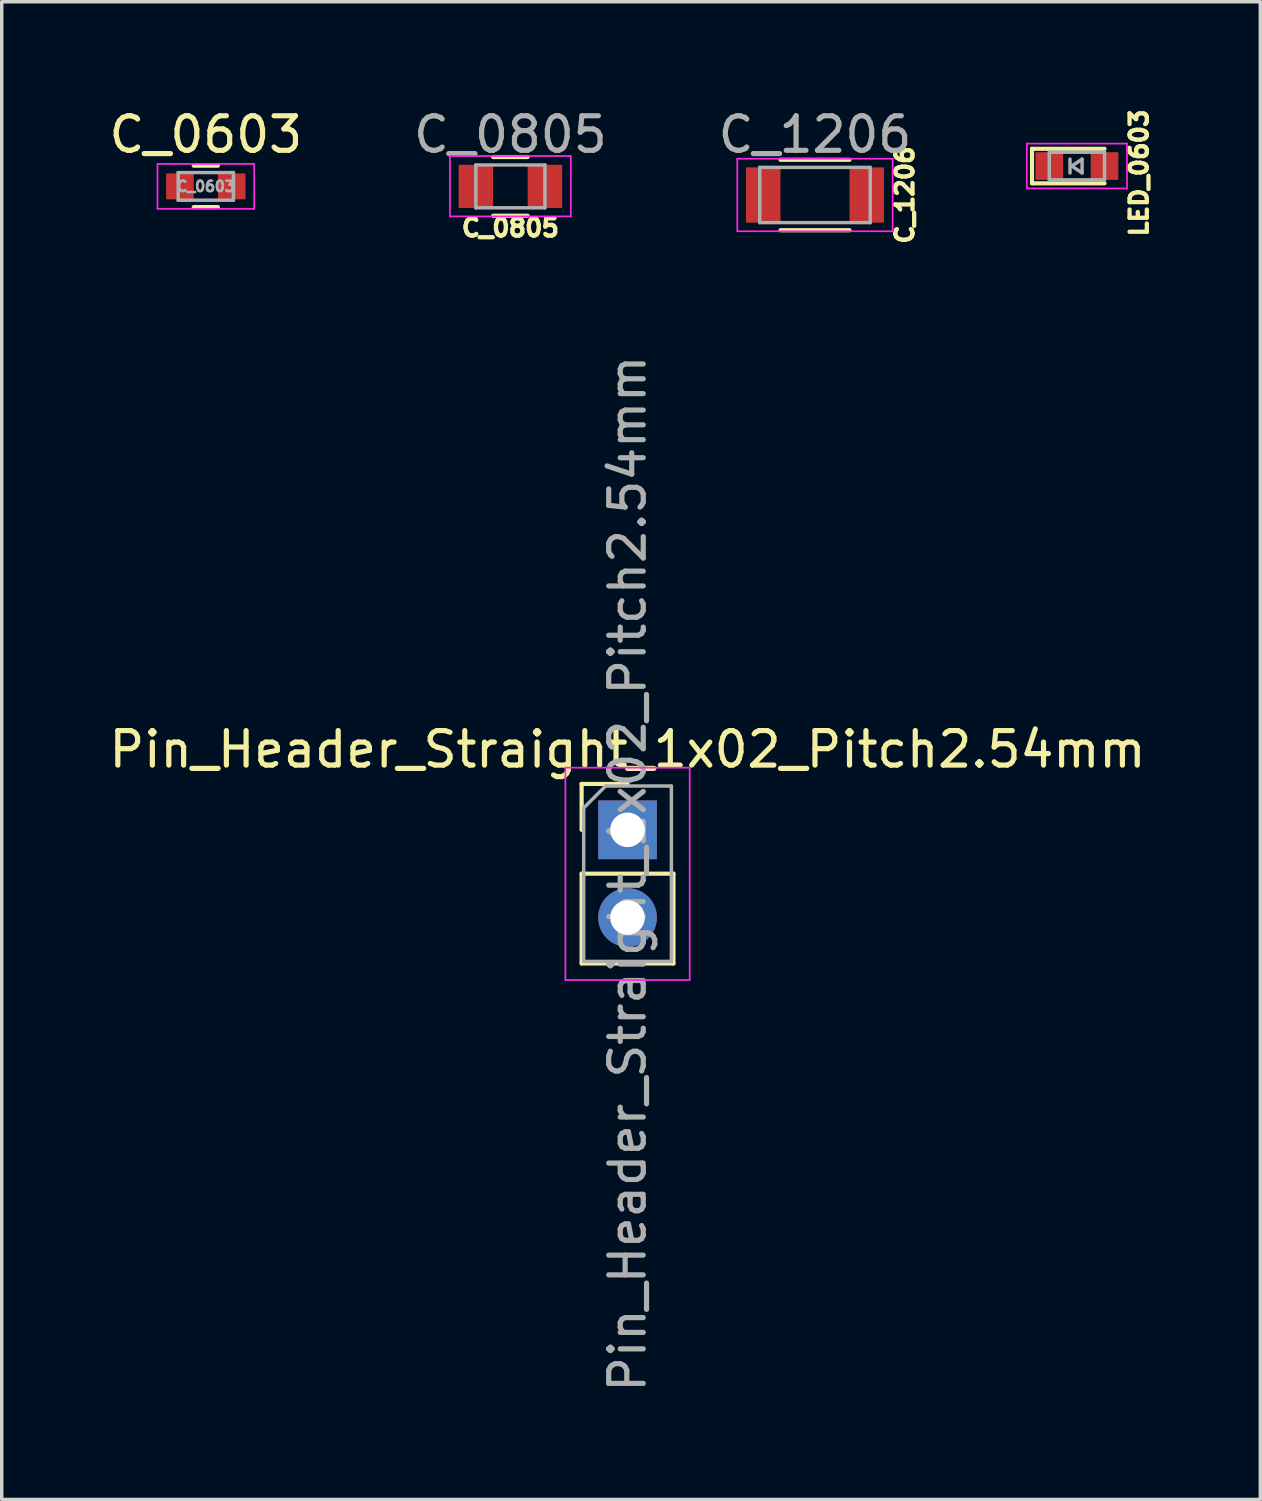
<source format=kicad_pcb>
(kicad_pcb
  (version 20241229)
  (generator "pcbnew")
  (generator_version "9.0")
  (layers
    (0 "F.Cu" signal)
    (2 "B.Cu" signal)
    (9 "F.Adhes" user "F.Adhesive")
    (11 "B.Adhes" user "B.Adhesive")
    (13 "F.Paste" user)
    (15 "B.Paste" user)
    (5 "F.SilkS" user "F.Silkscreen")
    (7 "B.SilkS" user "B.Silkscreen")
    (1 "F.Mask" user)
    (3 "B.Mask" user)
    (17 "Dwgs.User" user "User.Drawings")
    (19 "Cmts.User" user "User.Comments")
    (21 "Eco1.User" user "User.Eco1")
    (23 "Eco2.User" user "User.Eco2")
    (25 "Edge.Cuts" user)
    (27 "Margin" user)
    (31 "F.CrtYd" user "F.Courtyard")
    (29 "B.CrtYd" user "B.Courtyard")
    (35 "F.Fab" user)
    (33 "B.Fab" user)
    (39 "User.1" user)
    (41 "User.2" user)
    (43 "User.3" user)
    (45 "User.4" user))
  (footprint "C_0805"
    (layer "F.Cu")
    (at 11.732 2.348)
    (property "Reference" "C_0805" (at 0 1.2 180) (layer "F.SilkS") (effects (font (size 0.5 0.5) (thickness 0.125))))
    (attr smd)
    (fp_line (start -0.5 0.85) (end 0.5 0.85) (stroke (width 0.12) (type solid)) (layer "F.SilkS"))
    (fp_line (start 0.5 -0.85) (end -0.5 -0.85) (stroke (width 0.12) (type solid)) (layer "F.SilkS"))
    (fp_line (start -1.75 -0.88) (end -1.75 0.87) (stroke (width 0.05) (type solid)) (layer "F.CrtYd"))
    (fp_line (start -1.75 -0.88) (end 1.75 -0.88) (stroke (width 0.05) (type solid)) (layer "F.CrtYd"))
    (fp_line (start 1.75 0.87) (end -1.75 0.87) (stroke (width 0.05) (type solid)) (layer "F.CrtYd"))
    (fp_line (start 1.75 0.87) (end 1.75 -0.88) (stroke (width 0.05) (type solid)) (layer "F.CrtYd"))
    (fp_line (start -1 -0.62) (end 1 -0.62) (stroke (width 0.1) (type solid)) (layer "F.Fab"))
    (fp_line (start -1 0.62) (end -1 -0.62) (stroke (width 0.1) (type solid)) (layer "F.Fab"))
    (fp_line (start 1 -0.62) (end 1 0.62) (stroke (width 0.1) (type solid)) (layer "F.Fab"))
    (fp_line (start 1 0.62) (end -1 0.62) (stroke (width 0.1) (type solid)) (layer "F.Fab"))
    (fp_text user "${REFERENCE}" (at 0 -1.5 0) (layer "F.Fab") (effects (font (size 1 1) (thickness 0.15))))
    (pad "1" smd rect (at -1 0) (size 1 1.25) (layers "F.Cu" "F.Mask" "F.Paste"))
    (pad "2" smd rect (at 1 0) (size 1 1.25) (layers "F.Cu" "F.Mask" "F.Paste")))
  (footprint "Pin_Header_Straight_1x02_Pitch2.54mm"
    (layer "F.Cu")
    (at 15.125 20.984)
    (property "Reference" "Pin_Header_Straight_1x02_Pitch2.54mm" (at 0 -2.33 180) (layer "F.SilkS") (effects (font (size 1 1) (thickness 0.15))))
    (attr through_hole)
    (fp_line (start -1.33 -1.33) (end 0 -1.33) (stroke (width 0.12) (type solid)) (layer "F.SilkS"))
    (fp_line (start -1.33 0) (end -1.33 -1.33) (stroke (width 0.12) (type solid)) (layer "F.SilkS"))
    (fp_line (start -1.33 1.27) (end -1.33 3.87) (stroke (width 0.12) (type solid)) (layer "F.SilkS"))
    (fp_line (start -1.33 1.27) (end 1.33 1.27) (stroke (width 0.12) (type solid)) (layer "F.SilkS"))
    (fp_line (start -1.33 3.87) (end 1.33 3.87) (stroke (width 0.12) (type solid)) (layer "F.SilkS"))
    (fp_line (start 1.33 1.27) (end 1.33 3.87) (stroke (width 0.12) (type solid)) (layer "F.SilkS"))
    (fp_line (start -1.8 -1.8) (end -1.8 4.35) (stroke (width 0.05) (type solid)) (layer "F.CrtYd"))
    (fp_line (start -1.8 4.35) (end 1.8 4.35) (stroke (width 0.05) (type solid)) (layer "F.CrtYd"))
    (fp_line (start 1.8 -1.8) (end -1.8 -1.8) (stroke (width 0.05) (type solid)) (layer "F.CrtYd"))
    (fp_line (start 1.8 4.35) (end 1.8 -1.8) (stroke (width 0.05) (type solid)) (layer "F.CrtYd"))
    (fp_line (start -1.27 -0.635) (end -0.635 -1.27) (stroke (width 0.1) (type solid)) (layer "F.Fab"))
    (fp_line (start -1.27 3.81) (end -1.27 -0.635) (stroke (width 0.1) (type solid)) (layer "F.Fab"))
    (fp_line (start -0.635 -1.27) (end 1.27 -1.27) (stroke (width 0.1) (type solid)) (layer "F.Fab"))
    (fp_line (start 1.27 -1.27) (end 1.27 3.81) (stroke (width 0.1) (type solid)) (layer "F.Fab"))
    (fp_line (start 1.27 3.81) (end -1.27 3.81) (stroke (width 0.1) (type solid)) (layer "F.Fab"))
    (fp_text user "${REFERENCE}" (at 0 1.27 90) (layer "F.Fab") (effects (font (size 1 1) (thickness 0.15))))
    (pad "1" thru_hole rect (at 0 0) (size 1.7 1.7) (drill 1) (layers "*.Cu" "*.Mask"))
    (pad "2" thru_hole oval (at 0 2.54) (size 1.7 1.7) (drill 1) (layers "*.Cu" "*.Mask")))
  (footprint "C_1206"
    (layer "F.Cu")
    (at 20.554 2.598)
    (property "Reference" "C_1206" (at 2.6 0 270) (layer "F.SilkS") (effects (font (size 0.5 0.5) (thickness 0.125))))
    (attr smd)
    (fp_line (start -1 1.02) (end 1 1.02) (stroke (width 0.12) (type solid)) (layer "F.SilkS"))
    (fp_line (start 1 -1.02) (end -1 -1.02) (stroke (width 0.12) (type solid)) (layer "F.SilkS"))
    (fp_line (start -2.25 -1.05) (end -2.25 1.05) (stroke (width 0.05) (type solid)) (layer "F.CrtYd"))
    (fp_line (start -2.25 -1.05) (end 2.25 -1.05) (stroke (width 0.05) (type solid)) (layer "F.CrtYd"))
    (fp_line (start 2.25 1.05) (end -2.25 1.05) (stroke (width 0.05) (type solid)) (layer "F.CrtYd"))
    (fp_line (start 2.25 1.05) (end 2.25 -1.05) (stroke (width 0.05) (type solid)) (layer "F.CrtYd"))
    (fp_line (start -1.6 -0.8) (end 1.6 -0.8) (stroke (width 0.1) (type solid)) (layer "F.Fab"))
    (fp_line (start -1.6 0.8) (end -1.6 -0.8) (stroke (width 0.1) (type solid)) (layer "F.Fab"))
    (fp_line (start 1.6 -0.8) (end 1.6 0.8) (stroke (width 0.1) (type solid)) (layer "F.Fab"))
    (fp_line (start 1.6 0.8) (end -1.6 0.8) (stroke (width 0.1) (type solid)) (layer "F.Fab"))
    (fp_text user "${REFERENCE}" (at 0 -1.75 0) (layer "F.Fab") (effects (font (size 1 1) (thickness 0.15))))
    (pad "1" smd rect (at -1.5 0) (size 1 1.6) (layers "F.Cu" "F.Mask" "F.Paste"))
    (pad "2" smd rect (at 1.5 0) (size 1 1.6) (layers "F.Cu" "F.Mask" "F.Paste")))
  (footprint "LED_0603"
    (layer "F.Cu")
    (at 28.14 1.759)
    (property "Reference" "LED_0603" (at 1.8 0.2 270) (layer "F.SilkS") (effects (font (size 0.5 0.5) (thickness 0.125))))
    (attr smd)
    (fp_line (start -1.3 -0.5) (end -1.3 0.5) (stroke (width 0.12) (type solid)) (layer "F.SilkS"))
    (fp_line (start -1.3 -0.5) (end 0.8 -0.5) (stroke (width 0.12) (type solid)) (layer "F.SilkS"))
    (fp_line (start -1.3 0.5) (end 0.8 0.5) (stroke (width 0.12) (type solid)) (layer "F.SilkS"))
    (fp_line (start -1.45 -0.65) (end 1.45 -0.65) (stroke (width 0.05) (type solid)) (layer "F.CrtYd"))
    (fp_line (start -1.45 0.65) (end -1.45 -0.65) (stroke (width 0.05) (type solid)) (layer "F.CrtYd"))
    (fp_line (start 1.45 -0.65) (end 1.45 0.65) (stroke (width 0.05) (type solid)) (layer "F.CrtYd"))
    (fp_line (start 1.45 0.65) (end -1.45 0.65) (stroke (width 0.05) (type solid)) (layer "F.CrtYd"))
    (fp_line (start -0.8 -0.4) (end 0.8 -0.4) (stroke (width 0.1) (type solid)) (layer "F.Fab"))
    (fp_line (start -0.8 0.4) (end -0.8 -0.4) (stroke (width 0.1) (type solid)) (layer "F.Fab"))
    (fp_line (start -0.2 -0.2) (end -0.2 0.2) (stroke (width 0.1) (type solid)) (layer "F.Fab"))
    (fp_line (start -0.15 0) (end 0.15 -0.2) (stroke (width 0.1) (type solid)) (layer "F.Fab"))
    (fp_line (start 0.15 -0.2) (end 0.15 0.2) (stroke (width 0.1) (type solid)) (layer "F.Fab"))
    (fp_line (start 0.15 0.2) (end -0.15 0) (stroke (width 0.1) (type solid)) (layer "F.Fab"))
    (fp_line (start 0.8 -0.4) (end 0.8 0.4) (stroke (width 0.1) (type solid)) (layer "F.Fab"))
    (fp_line (start 0.8 0.4) (end -0.8 0.4) (stroke (width 0.1) (type solid)) (layer "F.Fab"))
    (pad "1" smd rect (at -0.8 0 180) (size 0.8 0.8) (layers "F.Cu" "F.Mask" "F.Paste"))
    (pad "2" smd rect (at 0.8 0 180) (size 0.8 0.8) (layers "F.Cu" "F.Mask" "F.Paste")))
  (footprint "C_0603"
    (layer "F.Cu")
    (at 2.911 2.348)
    (property "Reference" "C_0603" (at 0 -1.5 0) (layer "F.SilkS") (effects (font (size 1 1) (thickness 0.15))))
    (attr smd)
    (fp_line (start -0.35 -0.6) (end 0.35 -0.6) (stroke (width 0.12) (type solid)) (layer "F.SilkS"))
    (fp_line (start 0.35 0.6) (end -0.35 0.6) (stroke (width 0.12) (type solid)) (layer "F.SilkS"))
    (fp_line (start -1.4 -0.65) (end -1.4 0.65) (stroke (width 0.05) (type solid)) (layer "F.CrtYd"))
    (fp_line (start -1.4 -0.65) (end 1.4 -0.65) (stroke (width 0.05) (type solid)) (layer "F.CrtYd"))
    (fp_line (start 1.4 0.65) (end -1.4 0.65) (stroke (width 0.05) (type solid)) (layer "F.CrtYd"))
    (fp_line (start 1.4 0.65) (end 1.4 -0.65) (stroke (width 0.05) (type solid)) (layer "F.CrtYd"))
    (fp_line (start -0.8 -0.4) (end 0.8 -0.4) (stroke (width 0.1) (type solid)) (layer "F.Fab"))
    (fp_line (start -0.8 0.4) (end -0.8 -0.4) (stroke (width 0.1) (type solid)) (layer "F.Fab"))
    (fp_line (start 0.8 -0.4) (end 0.8 0.4) (stroke (width 0.1) (type solid)) (layer "F.Fab"))
    (fp_line (start 0.8 0.4) (end -0.8 0.4) (stroke (width 0.1) (type solid)) (layer "F.Fab"))
    (fp_text user "${REFERENCE}" (at 0 0 0) (layer "F.Fab") (effects (font (size 0.3 0.3) (thickness 0.075))))
    (pad "1" smd rect (at -0.75 0) (size 0.8 0.75) (layers "F.Cu" "F.Mask" "F.Paste"))
    (pad "2" smd rect (at 0.75 0) (size 0.8 0.75) (layers "F.Cu" "F.Mask" "F.Paste")))
  (gr_rect
    (start -3 -3)
    (end 33.452 40.379)
    (stroke (width 0.1) (type default))
    (fill no)
    (layer "Edge.Cuts")))
</source>
